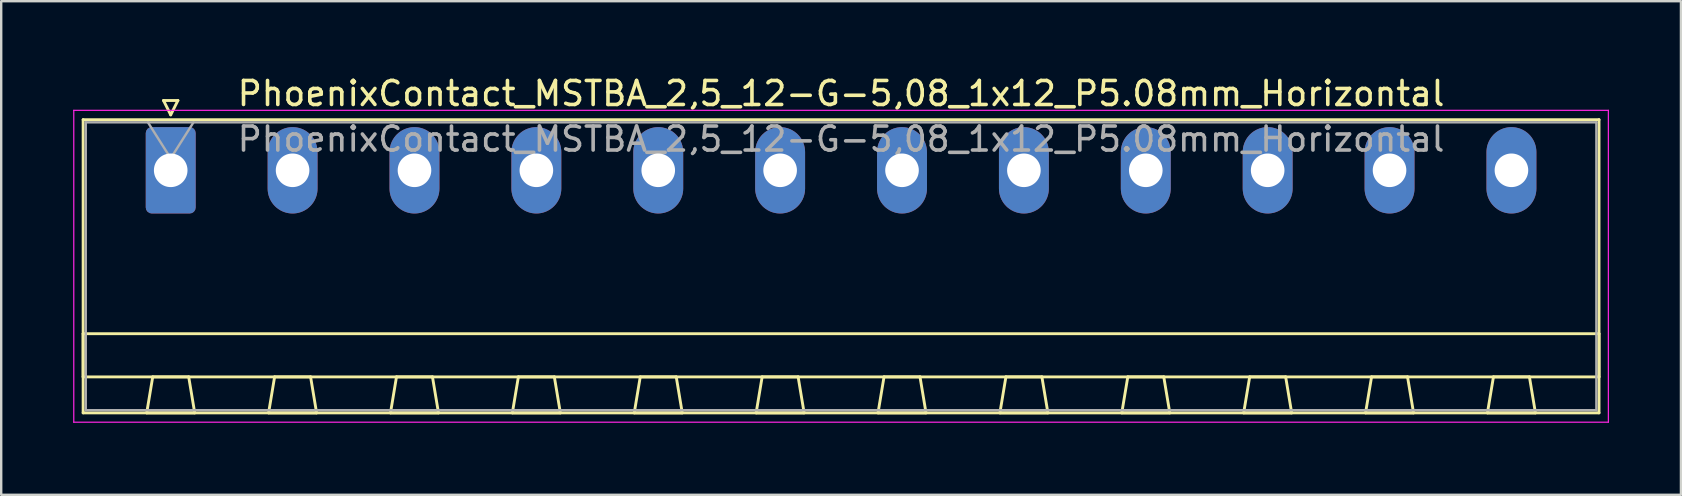
<source format=kicad_pcb>
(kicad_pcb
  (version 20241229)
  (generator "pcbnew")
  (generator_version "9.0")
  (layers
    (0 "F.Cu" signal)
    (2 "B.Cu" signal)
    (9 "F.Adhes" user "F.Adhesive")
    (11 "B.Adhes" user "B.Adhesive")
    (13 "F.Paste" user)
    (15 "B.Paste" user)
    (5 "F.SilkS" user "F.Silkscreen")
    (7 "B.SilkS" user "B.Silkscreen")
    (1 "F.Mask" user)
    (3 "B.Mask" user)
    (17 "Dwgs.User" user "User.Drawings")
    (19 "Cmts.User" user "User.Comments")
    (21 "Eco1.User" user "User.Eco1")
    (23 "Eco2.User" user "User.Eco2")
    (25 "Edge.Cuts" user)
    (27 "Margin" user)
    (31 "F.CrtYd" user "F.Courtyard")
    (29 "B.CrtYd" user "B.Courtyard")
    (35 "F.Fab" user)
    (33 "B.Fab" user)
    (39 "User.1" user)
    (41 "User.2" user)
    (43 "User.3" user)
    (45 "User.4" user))
  (footprint "PhoenixContact_MSTBA_2,5_12-G-5,08_1x12_P5.08mm_Horizontal"
    (layer "F.Cu")
    (at 4.065 4.048)
    (property "Reference" "PhoenixContact_MSTBA_2,5_12-G-5,08_1x12_P5.08mm_Horizontal" (at 27.94 -3.2 0) (layer "F.SilkS") (effects (font (size 1 1) (thickness 0.15))))
    (attr through_hole)
    (fp_line (start -3.65 -2.11) (end -3.65 10.11) (stroke (width 0.12) (type solid)) (layer "F.SilkS"))
    (fp_line (start -3.65 6.81) (end 59.53 6.81) (stroke (width 0.12) (type solid)) (layer "F.SilkS"))
    (fp_line (start -3.65 8.61) (end -3.65 6.81) (stroke (width 0.12) (type solid)) (layer "F.SilkS"))
    (fp_line (start -3.65 10.11) (end 59.53 10.11) (stroke (width 0.12) (type solid)) (layer "F.SilkS"))
    (fp_line (start -1 10.11) (end 1 10.11) (stroke (width 0.12) (type solid)) (layer "F.SilkS"))
    (fp_line (start -0.75 8.61) (end -1 10.11) (stroke (width 0.12) (type solid)) (layer "F.SilkS"))
    (fp_line (start -0.3 -2.91) (end 0.3 -2.91) (stroke (width 0.12) (type solid)) (layer "F.SilkS"))
    (fp_line (start 0 -2.31) (end -0.3 -2.91) (stroke (width 0.12) (type solid)) (layer "F.SilkS"))
    (fp_line (start 0.3 -2.91) (end 0 -2.31) (stroke (width 0.12) (type solid)) (layer "F.SilkS"))
    (fp_line (start 0.75 8.61) (end -0.75 8.61) (stroke (width 0.12) (type solid)) (layer "F.SilkS"))
    (fp_line (start 1 10.11) (end 0.75 8.61) (stroke (width 0.12) (type solid)) (layer "F.SilkS"))
    (fp_line (start 4.08 10.11) (end 6.08 10.11) (stroke (width 0.12) (type solid)) (layer "F.SilkS"))
    (fp_line (start 4.33 8.61) (end 4.08 10.11) (stroke (width 0.12) (type solid)) (layer "F.SilkS"))
    (fp_line (start 5.83 8.61) (end 4.33 8.61) (stroke (width 0.12) (type solid)) (layer "F.SilkS"))
    (fp_line (start 6.08 10.11) (end 5.83 8.61) (stroke (width 0.12) (type solid)) (layer "F.SilkS"))
    (fp_line (start 9.16 10.11) (end 11.16 10.11) (stroke (width 0.12) (type solid)) (layer "F.SilkS"))
    (fp_line (start 9.41 8.61) (end 9.16 10.11) (stroke (width 0.12) (type solid)) (layer "F.SilkS"))
    (fp_line (start 10.91 8.61) (end 9.41 8.61) (stroke (width 0.12) (type solid)) (layer "F.SilkS"))
    (fp_line (start 11.16 10.11) (end 10.91 8.61) (stroke (width 0.12) (type solid)) (layer "F.SilkS"))
    (fp_line (start 14.24 10.11) (end 16.24 10.11) (stroke (width 0.12) (type solid)) (layer "F.SilkS"))
    (fp_line (start 14.49 8.61) (end 14.24 10.11) (stroke (width 0.12) (type solid)) (layer "F.SilkS"))
    (fp_line (start 15.99 8.61) (end 14.49 8.61) (stroke (width 0.12) (type solid)) (layer "F.SilkS"))
    (fp_line (start 16.24 10.11) (end 15.99 8.61) (stroke (width 0.12) (type solid)) (layer "F.SilkS"))
    (fp_line (start 19.32 10.11) (end 21.32 10.11) (stroke (width 0.12) (type solid)) (layer "F.SilkS"))
    (fp_line (start 19.57 8.61) (end 19.32 10.11) (stroke (width 0.12) (type solid)) (layer "F.SilkS"))
    (fp_line (start 21.07 8.61) (end 19.57 8.61) (stroke (width 0.12) (type solid)) (layer "F.SilkS"))
    (fp_line (start 21.32 10.11) (end 21.07 8.61) (stroke (width 0.12) (type solid)) (layer "F.SilkS"))
    (fp_line (start 24.4 10.11) (end 26.4 10.11) (stroke (width 0.12) (type solid)) (layer "F.SilkS"))
    (fp_line (start 24.65 8.61) (end 24.4 10.11) (stroke (width 0.12) (type solid)) (layer "F.SilkS"))
    (fp_line (start 26.15 8.61) (end 24.65 8.61) (stroke (width 0.12) (type solid)) (layer "F.SilkS"))
    (fp_line (start 26.4 10.11) (end 26.15 8.61) (stroke (width 0.12) (type solid)) (layer "F.SilkS"))
    (fp_line (start 29.48 10.11) (end 31.48 10.11) (stroke (width 0.12) (type solid)) (layer "F.SilkS"))
    (fp_line (start 29.73 8.61) (end 29.48 10.11) (stroke (width 0.12) (type solid)) (layer "F.SilkS"))
    (fp_line (start 31.23 8.61) (end 29.73 8.61) (stroke (width 0.12) (type solid)) (layer "F.SilkS"))
    (fp_line (start 31.48 10.11) (end 31.23 8.61) (stroke (width 0.12) (type solid)) (layer "F.SilkS"))
    (fp_line (start 34.56 10.11) (end 36.56 10.11) (stroke (width 0.12) (type solid)) (layer "F.SilkS"))
    (fp_line (start 34.81 8.61) (end 34.56 10.11) (stroke (width 0.12) (type solid)) (layer "F.SilkS"))
    (fp_line (start 36.31 8.61) (end 34.81 8.61) (stroke (width 0.12) (type solid)) (layer "F.SilkS"))
    (fp_line (start 36.56 10.11) (end 36.31 8.61) (stroke (width 0.12) (type solid)) (layer "F.SilkS"))
    (fp_line (start 39.64 10.11) (end 41.64 10.11) (stroke (width 0.12) (type solid)) (layer "F.SilkS"))
    (fp_line (start 39.89 8.61) (end 39.64 10.11) (stroke (width 0.12) (type solid)) (layer "F.SilkS"))
    (fp_line (start 41.39 8.61) (end 39.89 8.61) (stroke (width 0.12) (type solid)) (layer "F.SilkS"))
    (fp_line (start 41.64 10.11) (end 41.39 8.61) (stroke (width 0.12) (type solid)) (layer "F.SilkS"))
    (fp_line (start 44.72 10.11) (end 46.72 10.11) (stroke (width 0.12) (type solid)) (layer "F.SilkS"))
    (fp_line (start 44.97 8.61) (end 44.72 10.11) (stroke (width 0.12) (type solid)) (layer "F.SilkS"))
    (fp_line (start 46.47 8.61) (end 44.97 8.61) (stroke (width 0.12) (type solid)) (layer "F.SilkS"))
    (fp_line (start 46.72 10.11) (end 46.47 8.61) (stroke (width 0.12) (type solid)) (layer "F.SilkS"))
    (fp_line (start 49.8 10.11) (end 51.8 10.11) (stroke (width 0.12) (type solid)) (layer "F.SilkS"))
    (fp_line (start 50.05 8.61) (end 49.8 10.11) (stroke (width 0.12) (type solid)) (layer "F.SilkS"))
    (fp_line (start 51.55 8.61) (end 50.05 8.61) (stroke (width 0.12) (type solid)) (layer "F.SilkS"))
    (fp_line (start 51.8 10.11) (end 51.55 8.61) (stroke (width 0.12) (type solid)) (layer "F.SilkS"))
    (fp_line (start 54.88 10.11) (end 56.88 10.11) (stroke (width 0.12) (type solid)) (layer "F.SilkS"))
    (fp_line (start 55.13 8.61) (end 54.88 10.11) (stroke (width 0.12) (type solid)) (layer "F.SilkS"))
    (fp_line (start 56.63 8.61) (end 55.13 8.61) (stroke (width 0.12) (type solid)) (layer "F.SilkS"))
    (fp_line (start 56.88 10.11) (end 56.63 8.61) (stroke (width 0.12) (type solid)) (layer "F.SilkS"))
    (fp_line (start 59.53 -2.11) (end -3.65 -2.11) (stroke (width 0.12) (type solid)) (layer "F.SilkS"))
    (fp_line (start 59.53 6.81) (end 59.53 8.61) (stroke (width 0.12) (type solid)) (layer "F.SilkS"))
    (fp_line (start 59.53 8.61) (end -3.65 8.61) (stroke (width 0.12) (type solid)) (layer "F.SilkS"))
    (fp_line (start 59.53 10.11) (end 59.53 -2.11) (stroke (width 0.12) (type solid)) (layer "F.SilkS"))
    (fp_line (start -4.04 -2.5) (end -4.04 10.5) (stroke (width 0.05) (type solid)) (layer "F.CrtYd"))
    (fp_line (start -4.04 10.5) (end 59.92 10.5) (stroke (width 0.05) (type solid)) (layer "F.CrtYd"))
    (fp_line (start 59.92 -2.5) (end -4.04 -2.5) (stroke (width 0.05) (type solid)) (layer "F.CrtYd"))
    (fp_line (start 59.92 10.5) (end 59.92 -2.5) (stroke (width 0.05) (type solid)) (layer "F.CrtYd"))
    (fp_line (start -3.54 -2) (end -3.54 10) (stroke (width 0.1) (type solid)) (layer "F.Fab"))
    (fp_line (start -3.54 10) (end 59.42 10) (stroke (width 0.1) (type solid)) (layer "F.Fab"))
    (fp_line (start 0 -0.5) (end -0.95 -2) (stroke (width 0.1) (type solid)) (layer "F.Fab"))
    (fp_line (start 0.95 -2) (end 0 -0.5) (stroke (width 0.1) (type solid)) (layer "F.Fab"))
    (fp_line (start 59.42 -2) (end -3.54 -2) (stroke (width 0.1) (type solid)) (layer "F.Fab"))
    (fp_line (start 59.42 10) (end 59.42 -2) (stroke (width 0.1) (type solid)) (layer "F.Fab"))
    (fp_text user "${REFERENCE}" (at 27.94 -1.3 0) (layer "F.Fab") (effects (font (size 1 1) (thickness 0.15))))
    (pad "1" thru_hole roundrect (at 0 0) (size 2.08 3.6) (drill 1.4) (layers "*.Cu" "*.Mask") (roundrect_rratio 0.12))
    (pad "2" thru_hole oval (at 5.08 0) (size 2.08 3.6) (drill 1.4) (layers "*.Cu" "*.Mask"))
    (pad "3" thru_hole oval (at 10.16 0) (size 2.08 3.6) (drill 1.4) (layers "*.Cu" "*.Mask"))
    (pad "4" thru_hole oval (at 15.24 0) (size 2.08 3.6) (drill 1.4) (layers "*.Cu" "*.Mask"))
    (pad "5" thru_hole oval (at 20.32 0) (size 2.08 3.6) (drill 1.4) (layers "*.Cu" "*.Mask"))
    (pad "6" thru_hole oval (at 25.4 0) (size 2.08 3.6) (drill 1.4) (layers "*.Cu" "*.Mask"))
    (pad "7" thru_hole oval (at 30.48 0) (size 2.08 3.6) (drill 1.4) (layers "*.Cu" "*.Mask"))
    (pad "8" thru_hole oval (at 35.56 0) (size 2.08 3.6) (drill 1.4) (layers "*.Cu" "*.Mask"))
    (pad "9" thru_hole oval (at 40.64 0) (size 2.08 3.6) (drill 1.4) (layers "*.Cu" "*.Mask"))
    (pad "10" thru_hole oval (at 45.72 0) (size 2.08 3.6) (drill 1.4) (layers "*.Cu" "*.Mask"))
    (pad "11" thru_hole oval (at 50.8 0) (size 2.08 3.6) (drill 1.4) (layers "*.Cu" "*.Mask"))
    (pad "12" thru_hole oval (at 55.88 0) (size 2.08 3.6) (drill 1.4) (layers "*.Cu" "*.Mask")))
  (gr_rect
    (start -3 -3)
    (end 67.01 17.573)
    (stroke (width 0.1) (type default))
    (fill no)
    (layer "Edge.Cuts")))
</source>
